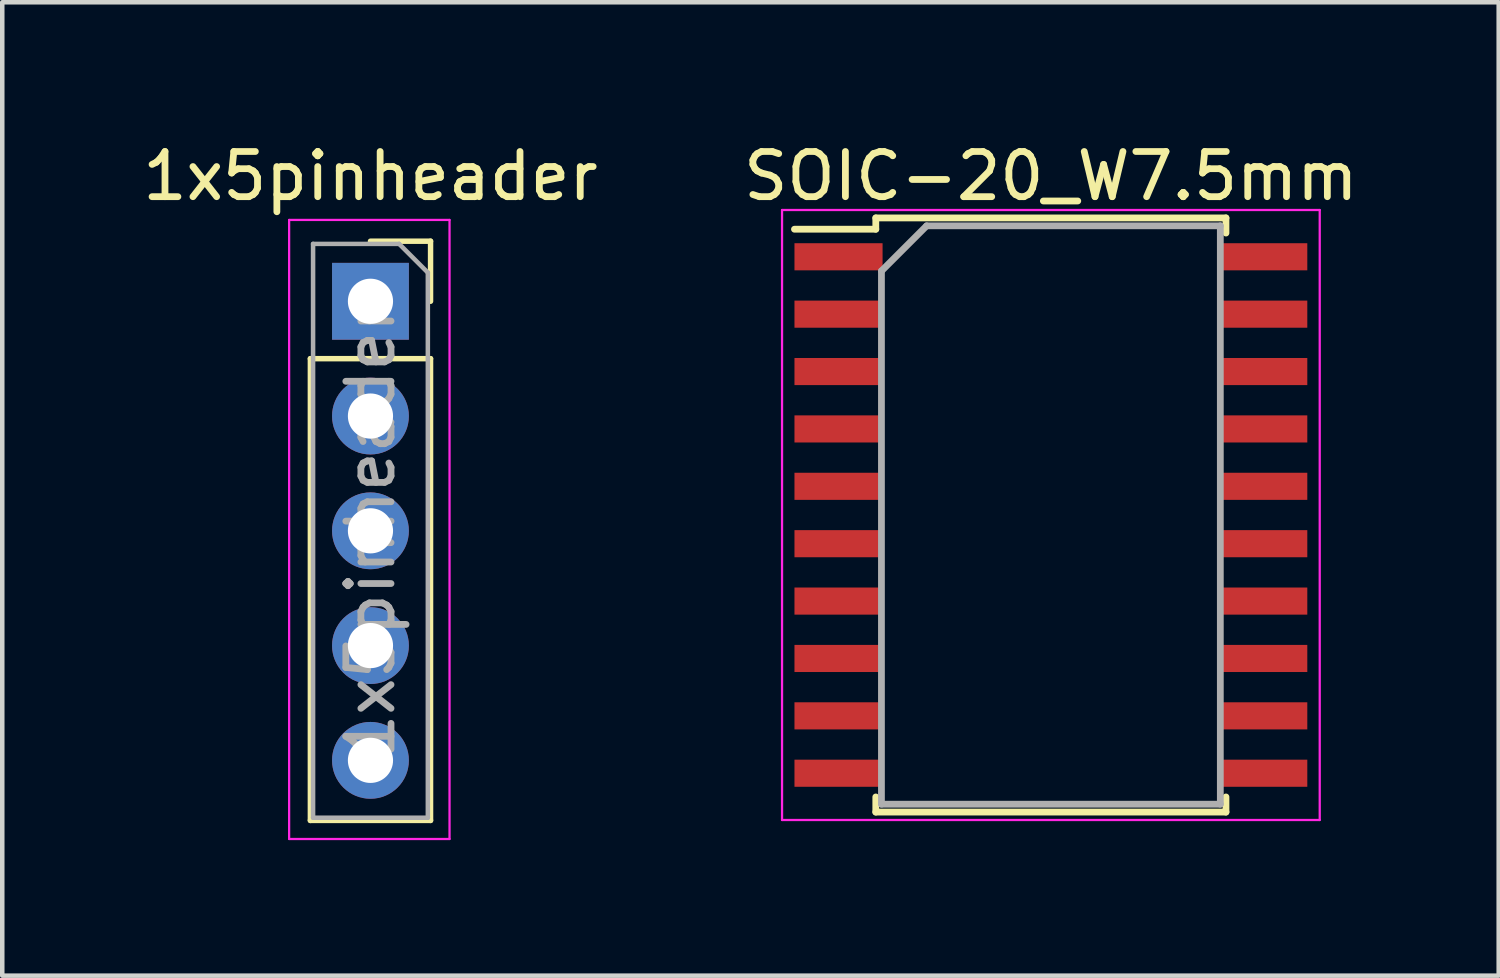
<source format=kicad_pcb>
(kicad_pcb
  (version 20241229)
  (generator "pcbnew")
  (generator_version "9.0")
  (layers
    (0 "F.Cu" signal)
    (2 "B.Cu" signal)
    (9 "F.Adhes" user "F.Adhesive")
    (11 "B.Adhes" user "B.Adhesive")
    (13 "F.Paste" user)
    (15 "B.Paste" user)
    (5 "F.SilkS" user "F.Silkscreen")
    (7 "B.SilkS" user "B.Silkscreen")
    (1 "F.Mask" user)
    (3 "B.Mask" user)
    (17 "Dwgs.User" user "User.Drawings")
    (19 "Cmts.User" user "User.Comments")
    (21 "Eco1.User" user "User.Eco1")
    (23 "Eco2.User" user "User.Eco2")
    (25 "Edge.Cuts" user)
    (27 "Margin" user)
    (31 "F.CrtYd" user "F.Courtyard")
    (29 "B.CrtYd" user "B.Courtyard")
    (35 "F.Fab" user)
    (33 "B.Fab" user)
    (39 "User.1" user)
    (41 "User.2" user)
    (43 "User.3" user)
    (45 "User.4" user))
  (footprint "SOIC-20_W7.5mm"
    (layer "F.Cu")
    (at 20.208 8.348)
    (property "Reference" "SOIC-20_W7.5mm" (at 0 -7.5 0) (layer "F.SilkS") (effects (font (size 1 1) (thickness 0.15))))
    (attr smd)
    (fp_line (start -3.875 -6.575) (end -3.875 -6.325) (stroke (width 0.15) (type solid)) (layer "F.SilkS"))
    (fp_line (start -3.875 -6.575) (end 3.875 -6.575) (stroke (width 0.15) (type solid)) (layer "F.SilkS"))
    (fp_line (start -3.875 -6.325) (end -5.675 -6.325) (stroke (width 0.15) (type solid)) (layer "F.SilkS"))
    (fp_line (start -3.875 6.575) (end -3.875 6.24) (stroke (width 0.15) (type solid)) (layer "F.SilkS"))
    (fp_line (start -3.875 6.575) (end 3.875 6.575) (stroke (width 0.15) (type solid)) (layer "F.SilkS"))
    (fp_line (start 3.875 -6.575) (end 3.875 -6.24) (stroke (width 0.15) (type solid)) (layer "F.SilkS"))
    (fp_line (start 3.875 6.575) (end 3.875 6.24) (stroke (width 0.15) (type solid)) (layer "F.SilkS"))
    (fp_line (start -5.95 -6.75) (end -5.95 6.75) (stroke (width 0.05) (type solid)) (layer "F.CrtYd"))
    (fp_line (start -5.95 -6.75) (end 5.95 -6.75) (stroke (width 0.05) (type solid)) (layer "F.CrtYd"))
    (fp_line (start -5.95 6.75) (end 5.95 6.75) (stroke (width 0.05) (type solid)) (layer "F.CrtYd"))
    (fp_line (start 5.95 -6.75) (end 5.95 6.75) (stroke (width 0.05) (type solid)) (layer "F.CrtYd"))
    (fp_line (start -3.75 -5.4) (end -2.75 -6.4) (stroke (width 0.15) (type solid)) (layer "F.Fab"))
    (fp_line (start -3.75 6.4) (end -3.75 -5.4) (stroke (width 0.15) (type solid)) (layer "F.Fab"))
    (fp_line (start -2.75 -6.4) (end 3.75 -6.4) (stroke (width 0.15) (type solid)) (layer "F.Fab"))
    (fp_line (start 3.75 -6.4) (end 3.75 6.4) (stroke (width 0.15) (type solid)) (layer "F.Fab"))
    (fp_line (start 3.75 6.4) (end -3.75 6.4) (stroke (width 0.15) (type solid)) (layer "F.Fab"))
    (pad "1" smd rect (at -4.7 -5.715) (size 1.95 0.6) (layers "F.Cu" "F.Mask" "F.Paste"))
    (pad "2" smd rect (at -4.7 -4.445) (size 1.95 0.6) (layers "F.Cu" "F.Mask" "F.Paste"))
    (pad "3" smd rect (at -4.7 -3.175) (size 1.95 0.6) (layers "F.Cu" "F.Mask" "F.Paste"))
    (pad "4" smd rect (at -4.7 -1.905) (size 1.95 0.6) (layers "F.Cu" "F.Mask" "F.Paste"))
    (pad "5" smd rect (at -4.7 -0.635) (size 1.95 0.6) (layers "F.Cu" "F.Mask" "F.Paste"))
    (pad "6" smd rect (at -4.7 0.635) (size 1.95 0.6) (layers "F.Cu" "F.Mask" "F.Paste"))
    (pad "7" smd rect (at -4.7 1.905) (size 1.95 0.6) (layers "F.Cu" "F.Mask" "F.Paste"))
    (pad "8" smd rect (at -4.7 3.175) (size 1.95 0.6) (layers "F.Cu" "F.Mask" "F.Paste"))
    (pad "9" smd rect (at -4.7 4.445) (size 1.95 0.6) (layers "F.Cu" "F.Mask" "F.Paste"))
    (pad "10" smd rect (at -4.7 5.715) (size 1.95 0.6) (layers "F.Cu" "F.Mask" "F.Paste"))
    (pad "11" smd rect (at 4.7 5.715) (size 1.95 0.6) (layers "F.Cu" "F.Mask" "F.Paste"))
    (pad "12" smd rect (at 4.7 4.445) (size 1.95 0.6) (layers "F.Cu" "F.Mask" "F.Paste"))
    (pad "13" smd rect (at 4.7 3.175) (size 1.95 0.6) (layers "F.Cu" "F.Mask" "F.Paste"))
    (pad "14" smd rect (at 4.7 1.905) (size 1.95 0.6) (layers "F.Cu" "F.Mask" "F.Paste"))
    (pad "15" smd rect (at 4.7 0.635) (size 1.95 0.6) (layers "F.Cu" "F.Mask" "F.Paste"))
    (pad "16" smd rect (at 4.7 -0.635) (size 1.95 0.6) (layers "F.Cu" "F.Mask" "F.Paste"))
    (pad "17" smd rect (at 4.7 -1.905) (size 1.95 0.6) (layers "F.Cu" "F.Mask" "F.Paste"))
    (pad "18" smd rect (at 4.7 -3.175) (size 1.95 0.6) (layers "F.Cu" "F.Mask" "F.Paste"))
    (pad "19" smd rect (at 4.7 -4.445) (size 1.95 0.6) (layers "F.Cu" "F.Mask" "F.Paste"))
    (pad "20" smd rect (at 4.7 -5.715) (size 1.95 0.6) (layers "F.Cu" "F.Mask" "F.Paste")))
  (footprint "1x5pinheader"
    (layer "F.Cu")
    (at 5.149 3.618)
    (property "Reference" "1x5pinheader" (at 0 -2.77 0) (layer "F.SilkS") (effects (font (size 1 1) (thickness 0.15))))
    (attr through_hole)
    (fp_line (start -1.33 1.27) (end -1.33 11.49) (stroke (width 0.12) (type solid)) (layer "F.SilkS"))
    (fp_line (start -1.33 1.27) (end 1.33 1.27) (stroke (width 0.12) (type solid)) (layer "F.SilkS"))
    (fp_line (start -1.33 11.49) (end 1.33 11.49) (stroke (width 0.12) (type solid)) (layer "F.SilkS"))
    (fp_line (start 0 -1.33) (end 1.33 -1.33) (stroke (width 0.12) (type solid)) (layer "F.SilkS"))
    (fp_line (start 1.33 -1.33) (end 1.33 0) (stroke (width 0.12) (type solid)) (layer "F.SilkS"))
    (fp_line (start 1.33 1.27) (end 1.33 11.49) (stroke (width 0.12) (type solid)) (layer "F.SilkS"))
    (fp_line (start -1.8 -1.8) (end 1.75 -1.8) (stroke (width 0.05) (type solid)) (layer "F.CrtYd"))
    (fp_line (start -1.8 11.9) (end -1.8 -1.8) (stroke (width 0.05) (type solid)) (layer "F.CrtYd"))
    (fp_line (start 1.75 -1.8) (end 1.75 11.9) (stroke (width 0.05) (type solid)) (layer "F.CrtYd"))
    (fp_line (start 1.75 11.9) (end -1.8 11.9) (stroke (width 0.05) (type solid)) (layer "F.CrtYd"))
    (fp_line (start -1.27 -1.27) (end 0.635 -1.27) (stroke (width 0.1) (type solid)) (layer "F.Fab"))
    (fp_line (start -1.27 11.43) (end -1.27 -1.27) (stroke (width 0.1) (type solid)) (layer "F.Fab"))
    (fp_line (start 0.635 -1.27) (end 1.27 -0.635) (stroke (width 0.1) (type solid)) (layer "F.Fab"))
    (fp_line (start 1.27 -0.635) (end 1.27 11.43) (stroke (width 0.1) (type solid)) (layer "F.Fab"))
    (fp_line (start 1.27 11.43) (end -1.27 11.43) (stroke (width 0.1) (type solid)) (layer "F.Fab"))
    (fp_text user "${REFERENCE}" (at 0 5.08 90) (layer "F.Fab") (effects (font (size 1 1) (thickness 0.15))))
    (pad "1" thru_hole rect (at 0 0) (size 1.7 1.7) (drill 1) (layers "*.Cu" "*.Mask"))
    (pad "2" thru_hole oval (at 0 2.54) (size 1.7 1.7) (drill 1) (layers "*.Cu" "*.Mask"))
    (pad "3" thru_hole oval (at 0 5.08) (size 1.7 1.7) (drill 1) (layers "*.Cu" "*.Mask"))
    (pad "4" thru_hole oval (at 0 7.62) (size 1.7 1.7) (drill 1) (layers "*.Cu" "*.Mask"))
    (pad "5" thru_hole oval (at 0 10.16) (size 1.7 1.7) (drill 1) (layers "*.Cu" "*.Mask")))
  (gr_rect
    (start -3 -3)
    (end 30.119 18.543)
    (stroke (width 0.1) (type default))
    (fill no)
    (layer "Edge.Cuts")))
</source>
